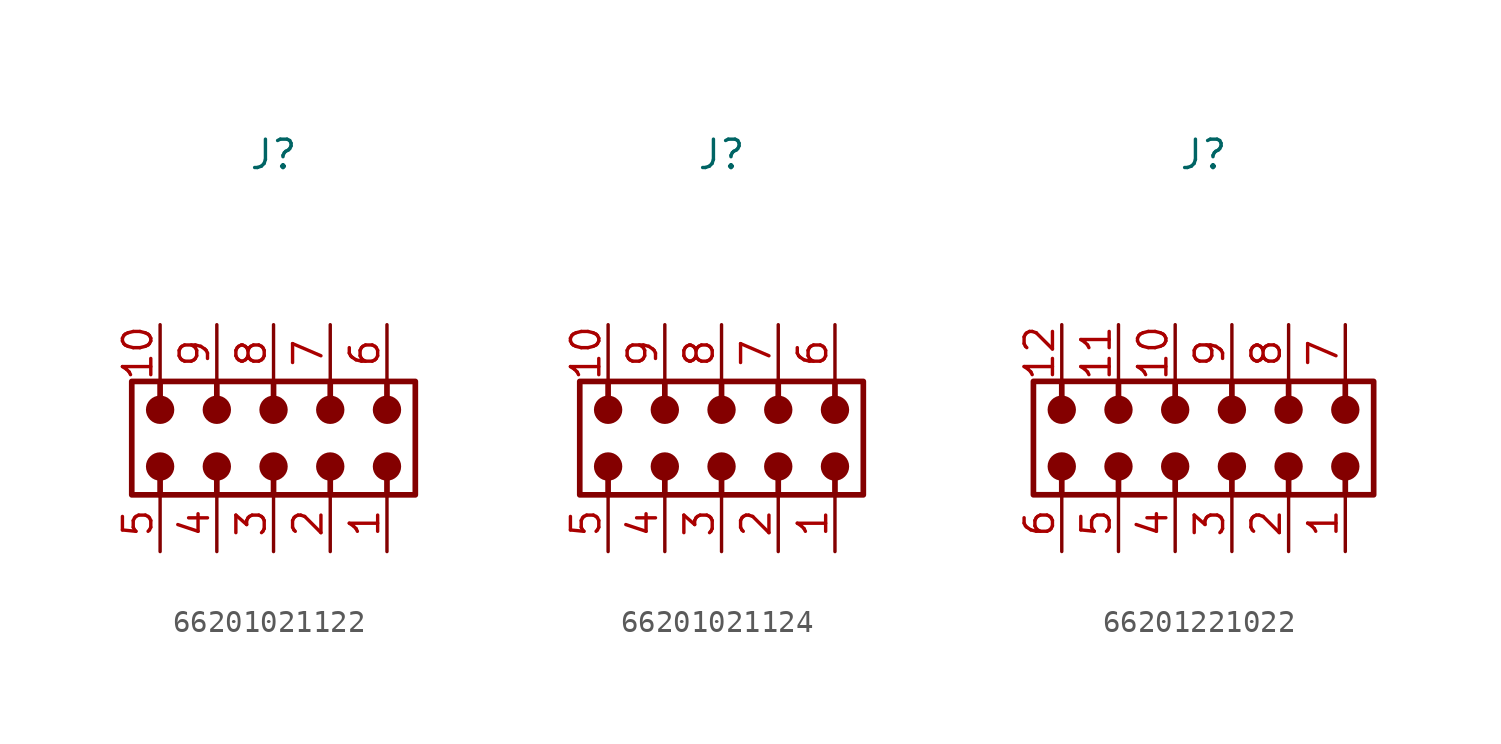
<source format=kicad_sym>
(kicad_symbol_lib
  (version 20241209)
  (generator "kicad_symbol_editor")
  (generator_version "9.0")
  (symbol "66201021122"
    (pin_names
      (hide yes))
    (property "Reference" "J"
      (at 0 12.7 0)
      (effects (font (size 1.27 1.27))))
    (symbol "66201021122_1_1"
      (rectangle (start -6.35 2.54) (end 6.35 -2.54) (stroke (width 0.254) (type solid)) (fill (type none)))
      (polyline (pts (xy -5.08 1.778) (xy -5.08 2.54)) (stroke (width 0.254) (type solid)) (fill (type none)))
      (circle (center -5.08 1.27) (radius 0.508) (stroke (width 0.254) (type solid)) (fill (type outline)))
      (circle (center -5.08 -1.27) (radius 0.508) (stroke (width 0.254) (type solid)) (fill (type outline)))
      (polyline (pts (xy -5.08 -1.778) (xy -5.08 -2.54)) (stroke (width 0.254) (type solid)) (fill (type none)))
      (polyline (pts (xy -2.54 1.778) (xy -2.54 2.54)) (stroke (width 0.254) (type solid)) (fill (type none)))
      (circle (center -2.54 1.27) (radius 0.508) (stroke (width 0.254) (type solid)) (fill (type outline)))
      (circle (center -2.54 -1.27) (radius 0.508) (stroke (width 0.254) (type solid)) (fill (type outline)))
      (polyline (pts (xy -2.54 -1.778) (xy -2.54 -2.54)) (stroke (width 0.254) (type solid)) (fill (type none)))
      (polyline (pts (xy 0 1.778) (xy 0 2.54)) (stroke (width 0.254) (type solid)) (fill (type none)))
      (circle (center 0 1.27) (radius 0.508) (stroke (width 0.254) (type solid)) (fill (type outline)))
      (circle (center 0 -1.27) (radius 0.508) (stroke (width 0.254) (type solid)) (fill (type outline)))
      (polyline (pts (xy 0 -1.778) (xy 0 -2.54)) (stroke (width 0.254) (type solid)) (fill (type none)))
      (polyline (pts (xy 2.54 1.778) (xy 2.54 2.54)) (stroke (width 0.254) (type solid)) (fill (type none)))
      (circle (center 2.54 1.27) (radius 0.508) (stroke (width 0.254) (type solid)) (fill (type outline)))
      (circle (center 2.54 -1.27) (radius 0.508) (stroke (width 0.254) (type solid)) (fill (type outline)))
      (polyline (pts (xy 2.54 -1.778) (xy 2.54 -2.54)) (stroke (width 0.254) (type solid)) (fill (type none)))
      (polyline (pts (xy 5.08 1.778) (xy 5.08 2.54)) (stroke (width 0.254) (type solid)) (fill (type none)))
      (circle (center 5.08 1.27) (radius 0.508) (stroke (width 0.254) (type solid)) (fill (type outline)))
      (circle (center 5.08 -1.27) (radius 0.508) (stroke (width 0.254) (type solid)) (fill (type outline)))
      (polyline (pts (xy 5.08 -1.778) (xy 5.08 -2.54)) (stroke (width 0.254) (type solid)) (fill (type none)))
      (pin passive line (at -5.08 5.08 270) (length 2.54) (name "10" (effects (font (size 1.27 1.27)))) (number "10" (effects (font (size 1.27 1.27)))))
      (pin passive line (at -5.08 -5.08 90) (length 2.54) (name "5" (effects (font (size 1.27 1.27)))) (number "5" (effects (font (size 1.27 1.27)))))
      (pin passive line (at -2.54 5.08 270) (length 2.54) (name "9" (effects (font (size 1.27 1.27)))) (number "9" (effects (font (size 1.27 1.27)))))
      (pin passive line (at -2.54 -5.08 90) (length 2.54) (name "4" (effects (font (size 1.27 1.27)))) (number "4" (effects (font (size 1.27 1.27)))))
      (pin passive line (at 0 5.08 270) (length 2.54) (name "8" (effects (font (size 1.27 1.27)))) (number "8" (effects (font (size 1.27 1.27)))))
      (pin passive line (at 0 -5.08 90) (length 2.54) (name "3" (effects (font (size 1.27 1.27)))) (number "3" (effects (font (size 1.27 1.27)))))
      (pin passive line (at 2.54 5.08 270) (length 2.54) (name "7" (effects (font (size 1.27 1.27)))) (number "7" (effects (font (size 1.27 1.27)))))
      (pin passive line (at 2.54 -5.08 90) (length 2.54) (name "2" (effects (font (size 1.27 1.27)))) (number "2" (effects (font (size 1.27 1.27)))))
      (pin passive line (at 5.08 5.08 270) (length 2.54) (name "6" (effects (font (size 1.27 1.27)))) (number "6" (effects (font (size 1.27 1.27)))))
      (pin passive line (at 5.08 -5.08 90) (length 2.54) (name "1" (effects (font (size 1.27 1.27)))) (number "1" (effects (font (size 1.27 1.27)))))))
  (symbol "66201021124"
    (pin_names
      (hide yes))
    (property "Reference" "J"
      (at 0 12.7 0)
      (effects (font (size 1.27 1.27))))
    (symbol "66201021124_1_1"
      (rectangle (start -6.35 2.54) (end 6.35 -2.54) (stroke (width 0.254) (type solid)) (fill (type none)))
      (polyline (pts (xy -5.08 1.778) (xy -5.08 2.54)) (stroke (width 0.254) (type solid)) (fill (type none)))
      (circle (center -5.08 1.27) (radius 0.508) (stroke (width 0.254) (type solid)) (fill (type outline)))
      (circle (center -5.08 -1.27) (radius 0.508) (stroke (width 0.254) (type solid)) (fill (type outline)))
      (polyline (pts (xy -5.08 -1.778) (xy -5.08 -2.54)) (stroke (width 0.254) (type solid)) (fill (type none)))
      (polyline (pts (xy -2.54 1.778) (xy -2.54 2.54)) (stroke (width 0.254) (type solid)) (fill (type none)))
      (circle (center -2.54 1.27) (radius 0.508) (stroke (width 0.254) (type solid)) (fill (type outline)))
      (circle (center -2.54 -1.27) (radius 0.508) (stroke (width 0.254) (type solid)) (fill (type outline)))
      (polyline (pts (xy -2.54 -1.778) (xy -2.54 -2.54)) (stroke (width 0.254) (type solid)) (fill (type none)))
      (polyline (pts (xy 0 1.778) (xy 0 2.54)) (stroke (width 0.254) (type solid)) (fill (type none)))
      (circle (center 0 1.27) (radius 0.508) (stroke (width 0.254) (type solid)) (fill (type outline)))
      (circle (center 0 -1.27) (radius 0.508) (stroke (width 0.254) (type solid)) (fill (type outline)))
      (polyline (pts (xy 0 -1.778) (xy 0 -2.54)) (stroke (width 0.254) (type solid)) (fill (type none)))
      (polyline (pts (xy 2.54 1.778) (xy 2.54 2.54)) (stroke (width 0.254) (type solid)) (fill (type none)))
      (circle (center 2.54 1.27) (radius 0.508) (stroke (width 0.254) (type solid)) (fill (type outline)))
      (circle (center 2.54 -1.27) (radius 0.508) (stroke (width 0.254) (type solid)) (fill (type outline)))
      (polyline (pts (xy 2.54 -1.778) (xy 2.54 -2.54)) (stroke (width 0.254) (type solid)) (fill (type none)))
      (polyline (pts (xy 5.08 1.778) (xy 5.08 2.54)) (stroke (width 0.254) (type solid)) (fill (type none)))
      (circle (center 5.08 1.27) (radius 0.508) (stroke (width 0.254) (type solid)) (fill (type outline)))
      (circle (center 5.08 -1.27) (radius 0.508) (stroke (width 0.254) (type solid)) (fill (type outline)))
      (polyline (pts (xy 5.08 -1.778) (xy 5.08 -2.54)) (stroke (width 0.254) (type solid)) (fill (type none)))
      (pin passive line (at -5.08 5.08 270) (length 2.54) (name "10" (effects (font (size 1.27 1.27)))) (number "10" (effects (font (size 1.27 1.27)))))
      (pin passive line (at -5.08 -5.08 90) (length 2.54) (name "5" (effects (font (size 1.27 1.27)))) (number "5" (effects (font (size 1.27 1.27)))))
      (pin passive line (at -2.54 5.08 270) (length 2.54) (name "9" (effects (font (size 1.27 1.27)))) (number "9" (effects (font (size 1.27 1.27)))))
      (pin passive line (at -2.54 -5.08 90) (length 2.54) (name "4" (effects (font (size 1.27 1.27)))) (number "4" (effects (font (size 1.27 1.27)))))
      (pin passive line (at 0 5.08 270) (length 2.54) (name "8" (effects (font (size 1.27 1.27)))) (number "8" (effects (font (size 1.27 1.27)))))
      (pin passive line (at 0 -5.08 90) (length 2.54) (name "3" (effects (font (size 1.27 1.27)))) (number "3" (effects (font (size 1.27 1.27)))))
      (pin passive line (at 2.54 5.08 270) (length 2.54) (name "7" (effects (font (size 1.27 1.27)))) (number "7" (effects (font (size 1.27 1.27)))))
      (pin passive line (at 2.54 -5.08 90) (length 2.54) (name "2" (effects (font (size 1.27 1.27)))) (number "2" (effects (font (size 1.27 1.27)))))
      (pin passive line (at 5.08 5.08 270) (length 2.54) (name "6" (effects (font (size 1.27 1.27)))) (number "6" (effects (font (size 1.27 1.27)))))
      (pin passive line (at 5.08 -5.08 90) (length 2.54) (name "1" (effects (font (size 1.27 1.27)))) (number "1" (effects (font (size 1.27 1.27)))))))
  (symbol "66201221022"
    (pin_names
      (hide yes))
    (property "Reference" "J"
      (at 0 12.7 0)
      (effects (font (size 1.27 1.27))))
    (symbol "66201221022_1_1"
      (rectangle (start -7.62 2.54) (end 7.62 -2.54) (stroke (width 0.254) (type solid)) (fill (type none)))
      (polyline (pts (xy -6.35 1.778) (xy -6.35 2.54)) (stroke (width 0.254) (type solid)) (fill (type none)))
      (circle (center -6.35 1.27) (radius 0.508) (stroke (width 0.254) (type solid)) (fill (type outline)))
      (circle (center -6.35 -1.27) (radius 0.508) (stroke (width 0.254) (type solid)) (fill (type outline)))
      (polyline (pts (xy -6.35 -1.778) (xy -6.35 -2.54)) (stroke (width 0.254) (type solid)) (fill (type none)))
      (polyline (pts (xy -3.81 1.778) (xy -3.81 2.54)) (stroke (width 0.254) (type solid)) (fill (type none)))
      (circle (center -3.81 1.27) (radius 0.508) (stroke (width 0.254) (type solid)) (fill (type outline)))
      (circle (center -3.81 -1.27) (radius 0.508) (stroke (width 0.254) (type solid)) (fill (type outline)))
      (polyline (pts (xy -3.81 -1.778) (xy -3.81 -2.54)) (stroke (width 0.254) (type solid)) (fill (type none)))
      (polyline (pts (xy -1.27 1.778) (xy -1.27 2.54)) (stroke (width 0.254) (type solid)) (fill (type none)))
      (circle (center -1.27 1.27) (radius 0.508) (stroke (width 0.254) (type solid)) (fill (type outline)))
      (circle (center -1.27 -1.27) (radius 0.508) (stroke (width 0.254) (type solid)) (fill (type outline)))
      (polyline (pts (xy -1.27 -1.778) (xy -1.27 -2.54)) (stroke (width 0.254) (type solid)) (fill (type none)))
      (polyline (pts (xy 1.27 1.778) (xy 1.27 2.54)) (stroke (width 0.254) (type solid)) (fill (type none)))
      (circle (center 1.27 1.27) (radius 0.508) (stroke (width 0.254) (type solid)) (fill (type outline)))
      (circle (center 1.27 -1.27) (radius 0.508) (stroke (width 0.254) (type solid)) (fill (type outline)))
      (polyline (pts (xy 1.27 -1.778) (xy 1.27 -2.54)) (stroke (width 0.254) (type solid)) (fill (type none)))
      (polyline (pts (xy 3.81 1.778) (xy 3.81 2.54)) (stroke (width 0.254) (type solid)) (fill (type none)))
      (circle (center 3.81 1.27) (radius 0.508) (stroke (width 0.254) (type solid)) (fill (type outline)))
      (circle (center 3.81 -1.27) (radius 0.508) (stroke (width 0.254) (type solid)) (fill (type outline)))
      (polyline (pts (xy 3.81 -1.778) (xy 3.81 -2.54)) (stroke (width 0.254) (type solid)) (fill (type none)))
      (polyline (pts (xy 6.35 1.778) (xy 6.35 2.54)) (stroke (width 0.254) (type solid)) (fill (type none)))
      (circle (center 6.35 1.27) (radius 0.508) (stroke (width 0.254) (type solid)) (fill (type outline)))
      (circle (center 6.35 -1.27) (radius 0.508) (stroke (width 0.254) (type solid)) (fill (type outline)))
      (polyline (pts (xy 6.35 -1.778) (xy 6.35 -2.54)) (stroke (width 0.254) (type solid)) (fill (type none)))
      (pin passive line (at -6.35 5.08 270) (length 2.54) (name "12" (effects (font (size 1.27 1.27)))) (number "12" (effects (font (size 1.27 1.27)))))
      (pin passive line (at -6.35 -5.08 90) (length 2.54) (name "6" (effects (font (size 1.27 1.27)))) (number "6" (effects (font (size 1.27 1.27)))))
      (pin passive line (at -3.81 5.08 270) (length 2.54) (name "11" (effects (font (size 1.27 1.27)))) (number "11" (effects (font (size 1.27 1.27)))))
      (pin passive line (at -3.81 -5.08 90) (length 2.54) (name "5" (effects (font (size 1.27 1.27)))) (number "5" (effects (font (size 1.27 1.27)))))
      (pin passive line (at -1.27 5.08 270) (length 2.54) (name "10" (effects (font (size 1.27 1.27)))) (number "10" (effects (font (size 1.27 1.27)))))
      (pin passive line (at -1.27 -5.08 90) (length 2.54) (name "4" (effects (font (size 1.27 1.27)))) (number "4" (effects (font (size 1.27 1.27)))))
      (pin passive line (at 1.27 5.08 270) (length 2.54) (name "9" (effects (font (size 1.27 1.27)))) (number "9" (effects (font (size 1.27 1.27)))))
      (pin passive line (at 1.27 -5.08 90) (length 2.54) (name "3" (effects (font (size 1.27 1.27)))) (number "3" (effects (font (size 1.27 1.27)))))
      (pin passive line (at 3.81 5.08 270) (length 2.54) (name "8" (effects (font (size 1.27 1.27)))) (number "8" (effects (font (size 1.27 1.27)))))
      (pin passive line (at 3.81 -5.08 90) (length 2.54) (name "2" (effects (font (size 1.27 1.27)))) (number "2" (effects (font (size 1.27 1.27)))))
      (pin passive line (at 6.35 5.08 270) (length 2.54) (name "7" (effects (font (size 1.27 1.27)))) (number "7" (effects (font (size 1.27 1.27)))))
      (pin passive line (at 6.35 -5.08 90) (length 2.54) (name "1" (effects (font (size 1.27 1.27)))) (number "1" (effects (font (size 1.27 1.27))))))))
</source>
